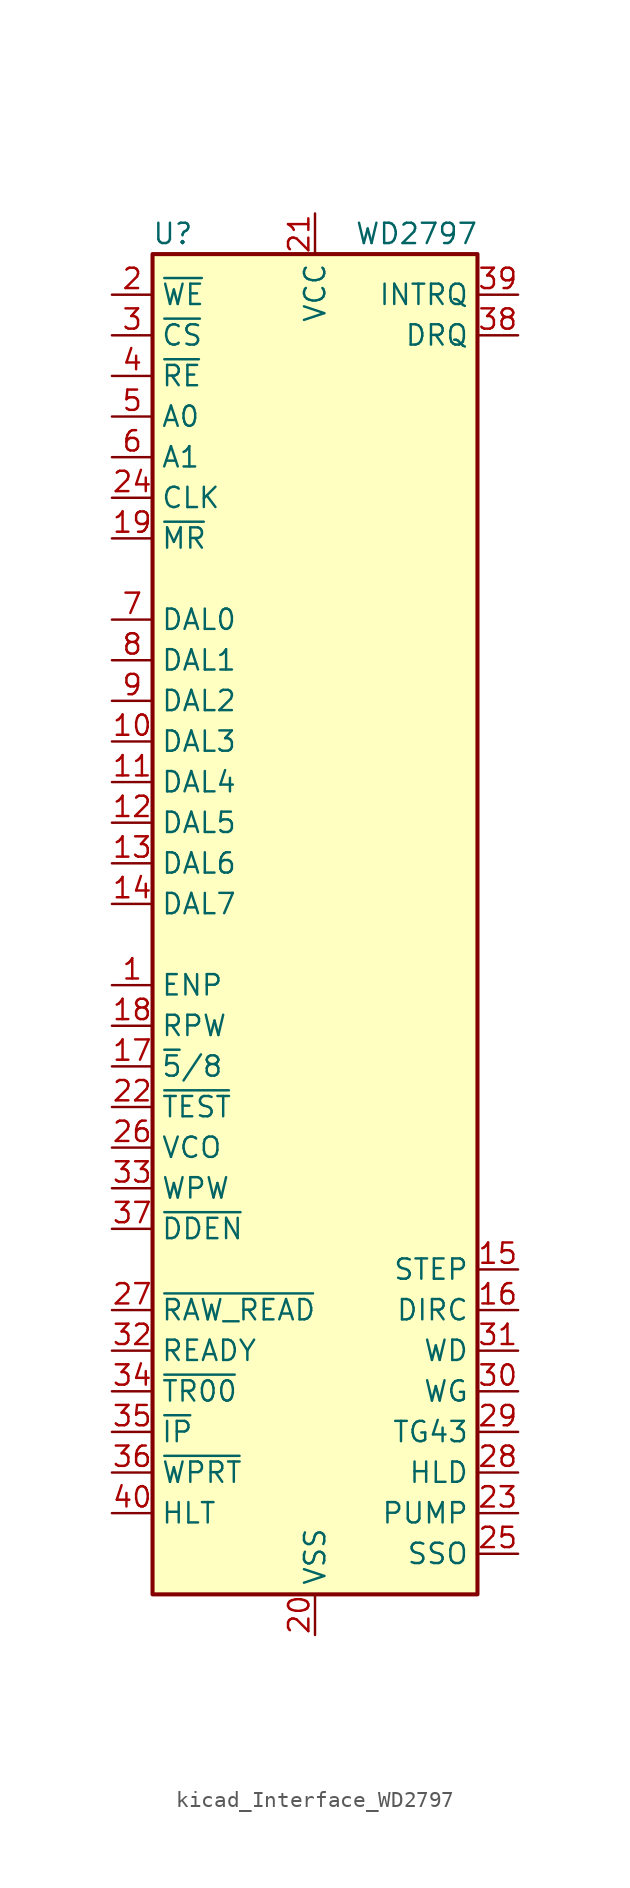
<source format=kicad_sym>
(kicad_symbol_lib
  (version 20220914)
  (generator kicad_symbol_editor)
  (symbol "kicad_Interface_WD2797"
    (property "Reference" "U"
      (at -8.89 44.45 0)
      (effects (font (size 1.27 1.27))))
    (property "Value" "WD2797"
      (at 6.35 44.45 0)
      (effects (font (size 1.27 1.27))))
    (symbol "kicad_Interface_WD2797_0_1"
      (rectangle (start -10.16 43.18) (end 10.16 -40.64) (stroke (width 0.254) (type default)) (fill (type background))))
    (symbol "kicad_Interface_WD2797_1_1"
      (pin input line (at -12.7 -2.54 0) (length 2.54) (name "ENP" (effects (font (size 1.27 1.27)))) (number "1" (effects (font (size 1.27 1.27)))))
      (pin tri_state line (at -12.7 12.7 0) (length 2.54) (name "DAL3" (effects (font (size 1.27 1.27)))) (number "10" (effects (font (size 1.27 1.27)))))
      (pin tri_state line (at -12.7 10.16 0) (length 2.54) (name "DAL4" (effects (font (size 1.27 1.27)))) (number "11" (effects (font (size 1.27 1.27)))))
      (pin tri_state line (at -12.7 7.62 0) (length 2.54) (name "DAL5" (effects (font (size 1.27 1.27)))) (number "12" (effects (font (size 1.27 1.27)))))
      (pin tri_state line (at -12.7 5.08 0) (length 2.54) (name "DAL6" (effects (font (size 1.27 1.27)))) (number "13" (effects (font (size 1.27 1.27)))))
      (pin tri_state line (at -12.7 2.54 0) (length 2.54) (name "DAL7" (effects (font (size 1.27 1.27)))) (number "14" (effects (font (size 1.27 1.27)))))
      (pin output line (at 12.7 -20.32 180) (length 2.54) (name "STEP" (effects (font (size 1.27 1.27)))) (number "15" (effects (font (size 1.27 1.27)))))
      (pin output line (at 12.7 -22.86 180) (length 2.54) (name "DIRC" (effects (font (size 1.27 1.27)))) (number "16" (effects (font (size 1.27 1.27)))))
      (pin input line (at -12.7 -7.62 0) (length 2.54) (name "~{5}/8" (effects (font (size 1.27 1.27)))) (number "17" (effects (font (size 1.27 1.27)))))
      (pin input line (at -12.7 -5.08 0) (length 2.54) (name "RPW" (effects (font (size 1.27 1.27)))) (number "18" (effects (font (size 1.27 1.27)))))
      (pin input line (at -12.7 25.4 0) (length 2.54) (name "~{MR}" (effects (font (size 1.27 1.27)))) (number "19" (effects (font (size 1.27 1.27)))))
      (pin input line (at -12.7 40.64 0) (length 2.54) (name "~{WE}" (effects (font (size 1.27 1.27)))) (number "2" (effects (font (size 1.27 1.27)))))
      (pin power_in line (at 0 -43.18 90) (length 2.54) (name "VSS" (effects (font (size 1.27 1.27)))) (number "20" (effects (font (size 1.27 1.27)))))
      (pin power_in line (at 0 45.72 270) (length 2.54) (name "VCC" (effects (font (size 1.27 1.27)))) (number "21" (effects (font (size 1.27 1.27)))))
      (pin input line (at -12.7 -10.16 0) (length 2.54) (name "~{TEST}" (effects (font (size 1.27 1.27)))) (number "22" (effects (font (size 1.27 1.27)))))
      (pin output line (at 12.7 -35.56 180) (length 2.54) (name "PUMP" (effects (font (size 1.27 1.27)))) (number "23" (effects (font (size 1.27 1.27)))))
      (pin input line (at -12.7 27.94 0) (length 2.54) (name "CLK" (effects (font (size 1.27 1.27)))) (number "24" (effects (font (size 1.27 1.27)))))
      (pin output line (at 12.7 -38.1 180) (length 2.54) (name "SSO" (effects (font (size 1.27 1.27)))) (number "25" (effects (font (size 1.27 1.27)))))
      (pin input line (at -12.7 -12.7 0) (length 2.54) (name "VCO" (effects (font (size 1.27 1.27)))) (number "26" (effects (font (size 1.27 1.27)))))
      (pin input line (at -12.7 -22.86 0) (length 2.54) (name "~{RAW_READ}" (effects (font (size 1.27 1.27)))) (number "27" (effects (font (size 1.27 1.27)))))
      (pin output line (at 12.7 -33.02 180) (length 2.54) (name "HLD" (effects (font (size 1.27 1.27)))) (number "28" (effects (font (size 1.27 1.27)))))
      (pin output line (at 12.7 -30.48 180) (length 2.54) (name "TG43" (effects (font (size 1.27 1.27)))) (number "29" (effects (font (size 1.27 1.27)))))
      (pin input line (at -12.7 38.1 0) (length 2.54) (name "~{CS}" (effects (font (size 1.27 1.27)))) (number "3" (effects (font (size 1.27 1.27)))))
      (pin output line (at 12.7 -27.94 180) (length 2.54) (name "WG" (effects (font (size 1.27 1.27)))) (number "30" (effects (font (size 1.27 1.27)))))
      (pin output line (at 12.7 -25.4 180) (length 2.54) (name "WD" (effects (font (size 1.27 1.27)))) (number "31" (effects (font (size 1.27 1.27)))))
      (pin input line (at -12.7 -25.4 0) (length 2.54) (name "READY" (effects (font (size 1.27 1.27)))) (number "32" (effects (font (size 1.27 1.27)))))
      (pin input line (at -12.7 -15.24 0) (length 2.54) (name "WPW" (effects (font (size 1.27 1.27)))) (number "33" (effects (font (size 1.27 1.27)))))
      (pin input line (at -12.7 -27.94 0) (length 2.54) (name "~{TR00}" (effects (font (size 1.27 1.27)))) (number "34" (effects (font (size 1.27 1.27)))))
      (pin input line (at -12.7 -30.48 0) (length 2.54) (name "~{IP}" (effects (font (size 1.27 1.27)))) (number "35" (effects (font (size 1.27 1.27)))))
      (pin input line (at -12.7 -33.02 0) (length 2.54) (name "~{WPRT}" (effects (font (size 1.27 1.27)))) (number "36" (effects (font (size 1.27 1.27)))))
      (pin input line (at -12.7 -17.78 0) (length 2.54) (name "~{DDEN}" (effects (font (size 1.27 1.27)))) (number "37" (effects (font (size 1.27 1.27)))))
      (pin output line (at 12.7 38.1 180) (length 2.54) (name "DRQ" (effects (font (size 1.27 1.27)))) (number "38" (effects (font (size 1.27 1.27)))))
      (pin output line (at 12.7 40.64 180) (length 2.54) (name "INTRQ" (effects (font (size 1.27 1.27)))) (number "39" (effects (font (size 1.27 1.27)))))
      (pin input line (at -12.7 35.56 0) (length 2.54) (name "~{RE}" (effects (font (size 1.27 1.27)))) (number "4" (effects (font (size 1.27 1.27)))))
      (pin input line (at -12.7 -35.56 0) (length 2.54) (name "HLT" (effects (font (size 1.27 1.27)))) (number "40" (effects (font (size 1.27 1.27)))))
      (pin input line (at -12.7 33.02 0) (length 2.54) (name "A0" (effects (font (size 1.27 1.27)))) (number "5" (effects (font (size 1.27 1.27)))))
      (pin input line (at -12.7 30.48 0) (length 2.54) (name "A1" (effects (font (size 1.27 1.27)))) (number "6" (effects (font (size 1.27 1.27)))))
      (pin tri_state line (at -12.7 20.32 0) (length 2.54) (name "DAL0" (effects (font (size 1.27 1.27)))) (number "7" (effects (font (size 1.27 1.27)))))
      (pin tri_state line (at -12.7 17.78 0) (length 2.54) (name "DAL1" (effects (font (size 1.27 1.27)))) (number "8" (effects (font (size 1.27 1.27)))))
      (pin tri_state line (at -12.7 15.24 0) (length 2.54) (name "DAL2" (effects (font (size 1.27 1.27)))) (number "9" (effects (font (size 1.27 1.27))))))))
</source>
